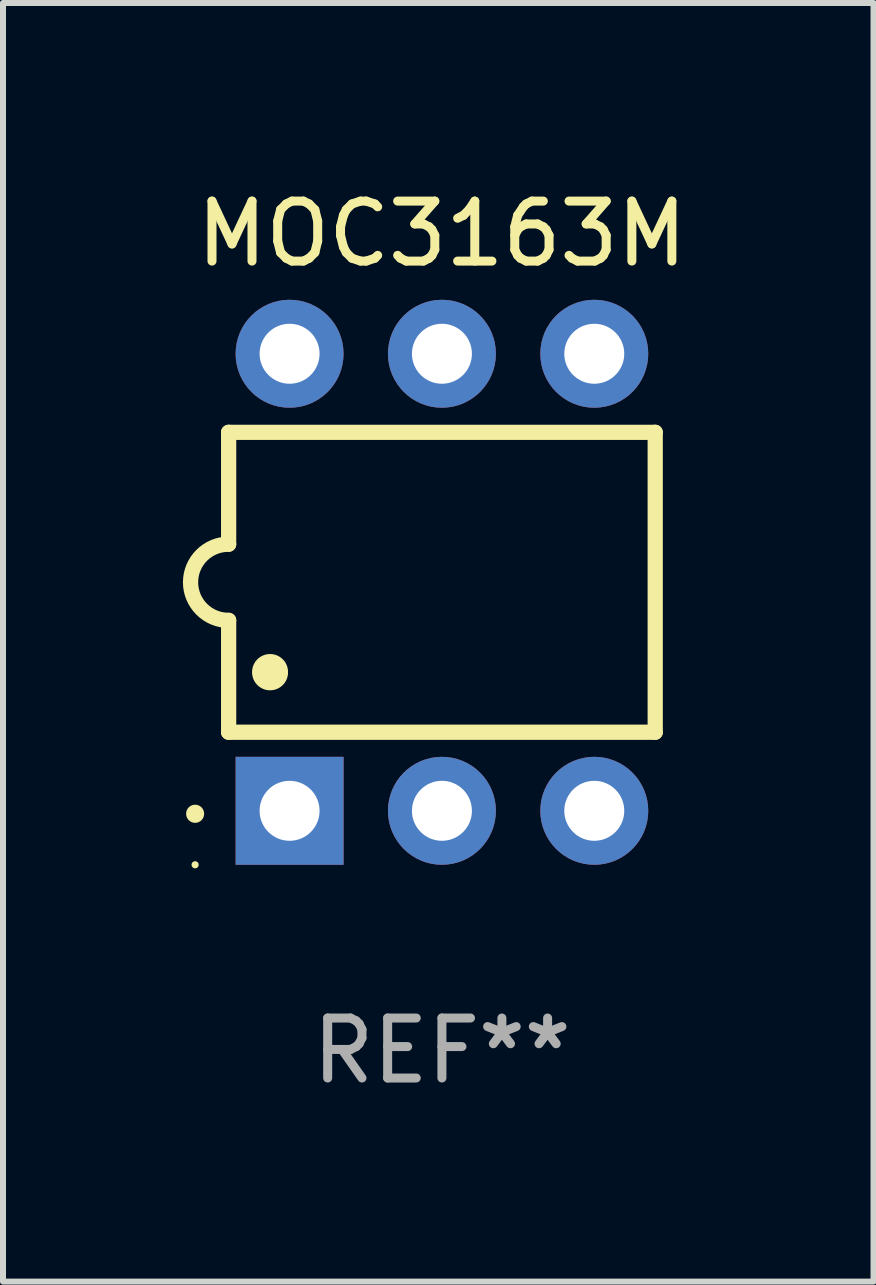
<source format=kicad_pcb>
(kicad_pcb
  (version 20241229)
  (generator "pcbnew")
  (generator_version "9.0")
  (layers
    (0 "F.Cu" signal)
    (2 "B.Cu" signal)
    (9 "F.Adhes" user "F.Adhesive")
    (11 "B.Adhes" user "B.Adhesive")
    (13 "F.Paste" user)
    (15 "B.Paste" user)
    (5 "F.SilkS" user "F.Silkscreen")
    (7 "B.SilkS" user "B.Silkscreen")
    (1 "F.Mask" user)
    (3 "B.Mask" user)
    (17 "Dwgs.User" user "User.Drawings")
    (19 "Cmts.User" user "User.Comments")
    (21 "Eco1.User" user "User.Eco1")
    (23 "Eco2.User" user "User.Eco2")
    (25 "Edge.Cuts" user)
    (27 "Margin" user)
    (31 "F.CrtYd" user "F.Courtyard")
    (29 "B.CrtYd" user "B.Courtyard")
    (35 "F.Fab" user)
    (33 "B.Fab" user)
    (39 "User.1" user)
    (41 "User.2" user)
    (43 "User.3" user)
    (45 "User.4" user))
  (footprint "MOC3163M"
    (layer "F.Cu")
    (at 4.318 6.658)
    (property "Reference" "MOC3163M" (at 0 -5.81 0) (layer "F.SilkS") (effects (font (size 1 1) (thickness 0.15))))
    (attr through_hole)
    (fp_line (start -3.556 -2.5) (end 3.556 -2.5) (stroke (width 0.254) (type solid)) (layer "F.SilkS"))
    (fp_line (start -3.556 -0.635) (end -3.556 -2.5) (stroke (width 0.254) (type solid)) (layer "F.SilkS"))
    (fp_line (start -3.556 0.635) (end -3.556 2.5) (stroke (width 0.254) (type solid)) (layer "F.SilkS"))
    (fp_line (start -3.556 2.5) (end 3.556 2.5) (stroke (width 0.254) (type solid)) (layer "F.SilkS"))
    (fp_line (start 3.556 -2.5) (end 3.556 2.5) (stroke (width 0.254) (type solid)) (layer "F.SilkS"))
    (fp_arc (start -4.114808 3.860808) (mid -4.114813 3.859538) (end -4.114808 3.858268) (stroke (width 0.3) (type solid)) (layer "F.SilkS"))
    (fp_arc (start -3.556007 0.635001) (mid -4.191008 0) (end -3.556007 -0.635001) (stroke (width 0.254001) (type solid)) (layer "F.SilkS"))
    (fp_arc (start -2.865405 1.501143) (mid -2.865416 1.498603) (end -2.865405 1.496063) (stroke (width 0.6) (type solid)) (layer "F.SilkS"))
    (fp_circle (center -4.115 4.71) (end -4.085 4.71) (stroke (width 0.06) (type solid)) (fill no) (layer "F.SilkS"))
    (fp_text user "REF**" (at 0 7.81 0) (layer "F.Fab") (effects (font (size 1 1) (thickness 0.15))))
    (pad "1" thru_hole rect (at -2.54 3.81 90) (size 1.8 1.8) (drill 1) (layers "*.Cu" "*.Mask"))
    (pad "2" thru_hole circle (at 0 3.81) (size 1.8 1.8) (drill 1) (layers "*.Cu" "*.Mask"))
    (pad "3" thru_hole circle (at 2.54 3.81) (size 1.8 1.8) (drill 1) (layers "*.Cu" "*.Mask"))
    (pad "4" thru_hole circle (at 2.54 -3.81) (size 1.8 1.8) (drill 1) (layers "*.Cu" "*.Mask"))
    (pad "5" thru_hole circle (at 0 -3.81) (size 1.8 1.8) (drill 1) (layers "*.Cu" "*.Mask"))
    (pad "6" thru_hole circle (at -2.54 -3.81) (size 1.8 1.8) (drill 1) (layers "*.Cu" "*.Mask")))
  (gr_rect
    (start -3 -3)
    (end 11.514 18.317)
    (stroke (width 0.1) (type default))
    (fill no)
    (layer "Edge.Cuts")))
</source>
